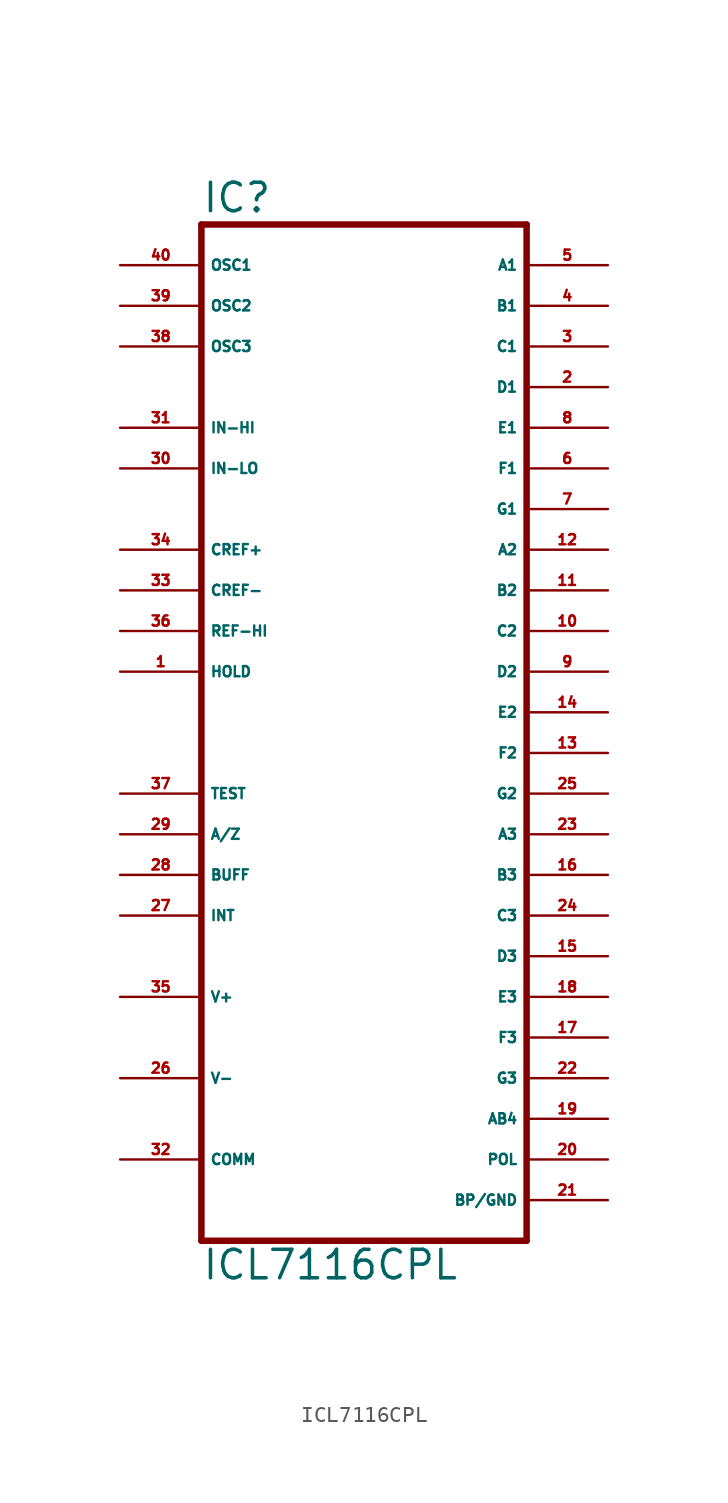
<source format=kicad_sym>
(kicad_symbol_lib
  (version 20220914)
  (generator Eagle2Kicad)
  (symbol "ICL7116CPL"
    (property "Reference" "IC"
      (at -10.16 31.115 0)
      (effects (font (size 1.778 1.778) (thickness 0.22)) (justify left bottom)))
    (property "Value" "ICL7116CPL"
      (at -10.16 -35.56 0)
      (effects (font (size 1.778 1.778) (thickness 0.22)) (justify left bottom)))
    (polyline
      (pts (xy -10.16 30.48) (xy 10.16 30.48))
      (stroke (width 0.406) (type default))
      (fill (type none)))
    (polyline
      (pts (xy 10.16 -33.02) (xy 10.16 30.48))
      (stroke (width 0.406) (type default))
      (fill (type none)))
    (polyline
      (pts (xy 10.16 -33.02) (xy -10.16 -33.02))
      (stroke (width 0.406) (type default))
      (fill (type none)))
    (polyline
      (pts (xy -10.16 30.48) (xy -10.16 -33.02))
      (stroke (width 0.406) (type default))
      (fill (type none)))
    (pin tri_state line
      (at 15.24 20.32 180)
      (length 5.08)
      (name "D1" (effects (font (size 0.635 0.635) (thickness 0.08)) (justify left bottom)))
      (number "2" (effects (font (size 0.635 0.635) (thickness 0.08)) (justify left bottom))))
    (pin tri_state line
      (at 15.24 22.86 180)
      (length 5.08)
      (name "C1" (effects (font (size 0.635 0.635) (thickness 0.08)) (justify left bottom)))
      (number "3" (effects (font (size 0.635 0.635) (thickness 0.08)) (justify left bottom))))
    (pin tri_state line
      (at 15.24 25.4 180)
      (length 5.08)
      (name "B1" (effects (font (size 0.635 0.635) (thickness 0.08)) (justify left bottom)))
      (number "4" (effects (font (size 0.635 0.635) (thickness 0.08)) (justify left bottom))))
    (pin tri_state line
      (at 15.24 27.94 180)
      (length 5.08)
      (name "A1" (effects (font (size 0.635 0.635) (thickness 0.08)) (justify left bottom)))
      (number "5" (effects (font (size 0.635 0.635) (thickness 0.08)) (justify left bottom))))
    (pin tri_state line
      (at 15.24 15.24 180)
      (length 5.08)
      (name "F1" (effects (font (size 0.635 0.635) (thickness 0.08)) (justify left bottom)))
      (number "6" (effects (font (size 0.635 0.635) (thickness 0.08)) (justify left bottom))))
    (pin tri_state line
      (at 15.24 12.7 180)
      (length 5.08)
      (name "G1" (effects (font (size 0.635 0.635) (thickness 0.08)) (justify left bottom)))
      (number "7" (effects (font (size 0.635 0.635) (thickness 0.08)) (justify left bottom))))
    (pin tri_state line
      (at 15.24 17.78 180)
      (length 5.08)
      (name "E1" (effects (font (size 0.635 0.635) (thickness 0.08)) (justify left bottom)))
      (number "8" (effects (font (size 0.635 0.635) (thickness 0.08)) (justify left bottom))))
    (pin tri_state line
      (at 15.24 2.54 180)
      (length 5.08)
      (name "D2" (effects (font (size 0.635 0.635) (thickness 0.08)) (justify left bottom)))
      (number "9" (effects (font (size 0.635 0.635) (thickness 0.08)) (justify left bottom))))
    (pin tri_state line
      (at 15.24 5.08 180)
      (length 5.08)
      (name "C2" (effects (font (size 0.635 0.635) (thickness 0.08)) (justify left bottom)))
      (number "10" (effects (font (size 0.635 0.635) (thickness 0.08)) (justify left bottom))))
    (pin tri_state line
      (at 15.24 7.62 180)
      (length 5.08)
      (name "B2" (effects (font (size 0.635 0.635) (thickness 0.08)) (justify left bottom)))
      (number "11" (effects (font (size 0.635 0.635) (thickness 0.08)) (justify left bottom))))
    (pin tri_state line
      (at 15.24 10.16 180)
      (length 5.08)
      (name "A2" (effects (font (size 0.635 0.635) (thickness 0.08)) (justify left bottom)))
      (number "12" (effects (font (size 0.635 0.635) (thickness 0.08)) (justify left bottom))))
    (pin tri_state line
      (at 15.24 -2.54 180)
      (length 5.08)
      (name "F2" (effects (font (size 0.635 0.635) (thickness 0.08)) (justify left bottom)))
      (number "13" (effects (font (size 0.635 0.635) (thickness 0.08)) (justify left bottom))))
    (pin tri_state line
      (at 15.24 0 180)
      (length 5.08)
      (name "E2" (effects (font (size 0.635 0.635) (thickness 0.08)) (justify left bottom)))
      (number "14" (effects (font (size 0.635 0.635) (thickness 0.08)) (justify left bottom))))
    (pin tri_state line
      (at 15.24 -15.24 180)
      (length 5.08)
      (name "D3" (effects (font (size 0.635 0.635) (thickness 0.08)) (justify left bottom)))
      (number "15" (effects (font (size 0.635 0.635) (thickness 0.08)) (justify left bottom))))
    (pin tri_state line
      (at 15.24 -10.16 180)
      (length 5.08)
      (name "B3" (effects (font (size 0.635 0.635) (thickness 0.08)) (justify left bottom)))
      (number "16" (effects (font (size 0.635 0.635) (thickness 0.08)) (justify left bottom))))
    (pin tri_state line
      (at 15.24 -20.32 180)
      (length 5.08)
      (name "F3" (effects (font (size 0.635 0.635) (thickness 0.08)) (justify left bottom)))
      (number "17" (effects (font (size 0.635 0.635) (thickness 0.08)) (justify left bottom))))
    (pin tri_state line
      (at 15.24 -17.78 180)
      (length 5.08)
      (name "E3" (effects (font (size 0.635 0.635) (thickness 0.08)) (justify left bottom)))
      (number "18" (effects (font (size 0.635 0.635) (thickness 0.08)) (justify left bottom))))
    (pin tri_state line
      (at 15.24 -25.4 180)
      (length 5.08)
      (name "AB4" (effects (font (size 0.635 0.635) (thickness 0.08)) (justify left bottom)))
      (number "19" (effects (font (size 0.635 0.635) (thickness 0.08)) (justify left bottom))))
    (pin tri_state line
      (at 15.24 -22.86 180)
      (length 5.08)
      (name "G3" (effects (font (size 0.635 0.635) (thickness 0.08)) (justify left bottom)))
      (number "22" (effects (font (size 0.635 0.635) (thickness 0.08)) (justify left bottom))))
    (pin tri_state line
      (at 15.24 -7.62 180)
      (length 5.08)
      (name "A3" (effects (font (size 0.635 0.635) (thickness 0.08)) (justify left bottom)))
      (number "23" (effects (font (size 0.635 0.635) (thickness 0.08)) (justify left bottom))))
    (pin tri_state line
      (at 15.24 -12.7 180)
      (length 5.08)
      (name "C3" (effects (font (size 0.635 0.635) (thickness 0.08)) (justify left bottom)))
      (number "24" (effects (font (size 0.635 0.635) (thickness 0.08)) (justify left bottom))))
    (pin tri_state line
      (at 15.24 -5.08 180)
      (length 5.08)
      (name "G2" (effects (font (size 0.635 0.635) (thickness 0.08)) (justify left bottom)))
      (number "25" (effects (font (size 0.635 0.635) (thickness 0.08)) (justify left bottom))))
    (pin output line
      (at 15.24 -27.94 180)
      (length 5.08)
      (name "POL" (effects (font (size 0.635 0.635) (thickness 0.08)) (justify left bottom)))
      (number "20" (effects (font (size 0.635 0.635) (thickness 0.08)) (justify left bottom))))
    (pin bidirectional line
      (at 15.24 -30.48 180)
      (length 5.08)
      (name "BP/GND" (effects (font (size 0.635 0.635) (thickness 0.08)) (justify left bottom)))
      (number "21" (effects (font (size 0.635 0.635) (thickness 0.08)) (justify left bottom))))
    (pin passive line
      (at -15.24 27.94 0)
      (length 5.08)
      (name "OSC1" (effects (font (size 0.635 0.635) (thickness 0.08)) (justify left bottom)))
      (number "40" (effects (font (size 0.635 0.635) (thickness 0.08)) (justify left bottom))))
    (pin passive line
      (at -15.24 25.4 0)
      (length 5.08)
      (name "OSC2" (effects (font (size 0.635 0.635) (thickness 0.08)) (justify left bottom)))
      (number "39" (effects (font (size 0.635 0.635) (thickness 0.08)) (justify left bottom))))
    (pin passive line
      (at -15.24 22.86 0)
      (length 5.08)
      (name "OSC3" (effects (font (size 0.635 0.635) (thickness 0.08)) (justify left bottom)))
      (number "38" (effects (font (size 0.635 0.635) (thickness 0.08)) (justify left bottom))))
    (pin input line
      (at -15.24 17.78 0)
      (length 5.08)
      (name "IN-HI" (effects (font (size 0.635 0.635) (thickness 0.08)) (justify left bottom)))
      (number "31" (effects (font (size 0.635 0.635) (thickness 0.08)) (justify left bottom))))
    (pin input line
      (at -15.24 15.24 0)
      (length 5.08)
      (name "IN-LO" (effects (font (size 0.635 0.635) (thickness 0.08)) (justify left bottom)))
      (number "30" (effects (font (size 0.635 0.635) (thickness 0.08)) (justify left bottom))))
    (pin unspecified line
      (at -15.24 -27.94 0)
      (length 5.08)
      (name "COMM" (effects (font (size 0.635 0.635) (thickness 0.08)) (justify left bottom)))
      (number "32" (effects (font (size 0.635 0.635) (thickness 0.08)) (justify left bottom))))
    (pin passive line
      (at -15.24 10.16 0)
      (length 5.08)
      (name "CREF+" (effects (font (size 0.635 0.635) (thickness 0.08)) (justify left bottom)))
      (number "34" (effects (font (size 0.635 0.635) (thickness 0.08)) (justify left bottom))))
    (pin passive line
      (at -15.24 7.62 0)
      (length 5.08)
      (name "CREF-" (effects (font (size 0.635 0.635) (thickness 0.08)) (justify left bottom)))
      (number "33" (effects (font (size 0.635 0.635) (thickness 0.08)) (justify left bottom))))
    (pin input line
      (at -15.24 2.54 0)
      (length 5.08)
      (name "HOLD" (effects (font (size 0.635 0.635) (thickness 0.08)) (justify left bottom)))
      (number "1" (effects (font (size 0.635 0.635) (thickness 0.08)) (justify left bottom))))
    (pin input line
      (at -15.24 5.08 0)
      (length 5.08)
      (name "REF-HI" (effects (font (size 0.635 0.635) (thickness 0.08)) (justify left bottom)))
      (number "36" (effects (font (size 0.635 0.635) (thickness 0.08)) (justify left bottom))))
    (pin passive line
      (at -15.24 -5.08 0)
      (length 5.08)
      (name "TEST" (effects (font (size 0.635 0.635) (thickness 0.08)) (justify left bottom)))
      (number "37" (effects (font (size 0.635 0.635) (thickness 0.08)) (justify left bottom))))
    (pin passive line
      (at -15.24 -7.62 0)
      (length 5.08)
      (name "A/Z" (effects (font (size 0.635 0.635) (thickness 0.08)) (justify left bottom)))
      (number "29" (effects (font (size 0.635 0.635) (thickness 0.08)) (justify left bottom))))
    (pin passive line
      (at -15.24 -10.16 0)
      (length 5.08)
      (name "BUFF" (effects (font (size 0.635 0.635) (thickness 0.08)) (justify left bottom)))
      (number "28" (effects (font (size 0.635 0.635) (thickness 0.08)) (justify left bottom))))
    (pin passive line
      (at -15.24 -12.7 0)
      (length 5.08)
      (name "INT" (effects (font (size 0.635 0.635) (thickness 0.08)) (justify left bottom)))
      (number "27" (effects (font (size 0.635 0.635) (thickness 0.08)) (justify left bottom))))
    (pin unspecified line
      (at -15.24 -17.78 0)
      (length 5.08)
      (name "V+" (effects (font (size 0.635 0.635) (thickness 0.08)) (justify left bottom)))
      (number "35" (effects (font (size 0.635 0.635) (thickness 0.08)) (justify left bottom))))
    (pin unspecified line
      (at -15.24 -22.86 0)
      (length 5.08)
      (name "V-" (effects (font (size 0.635 0.635) (thickness 0.08)) (justify left bottom)))
      (number "26" (effects (font (size 0.635 0.635) (thickness 0.08)) (justify left bottom))))))
</source>
